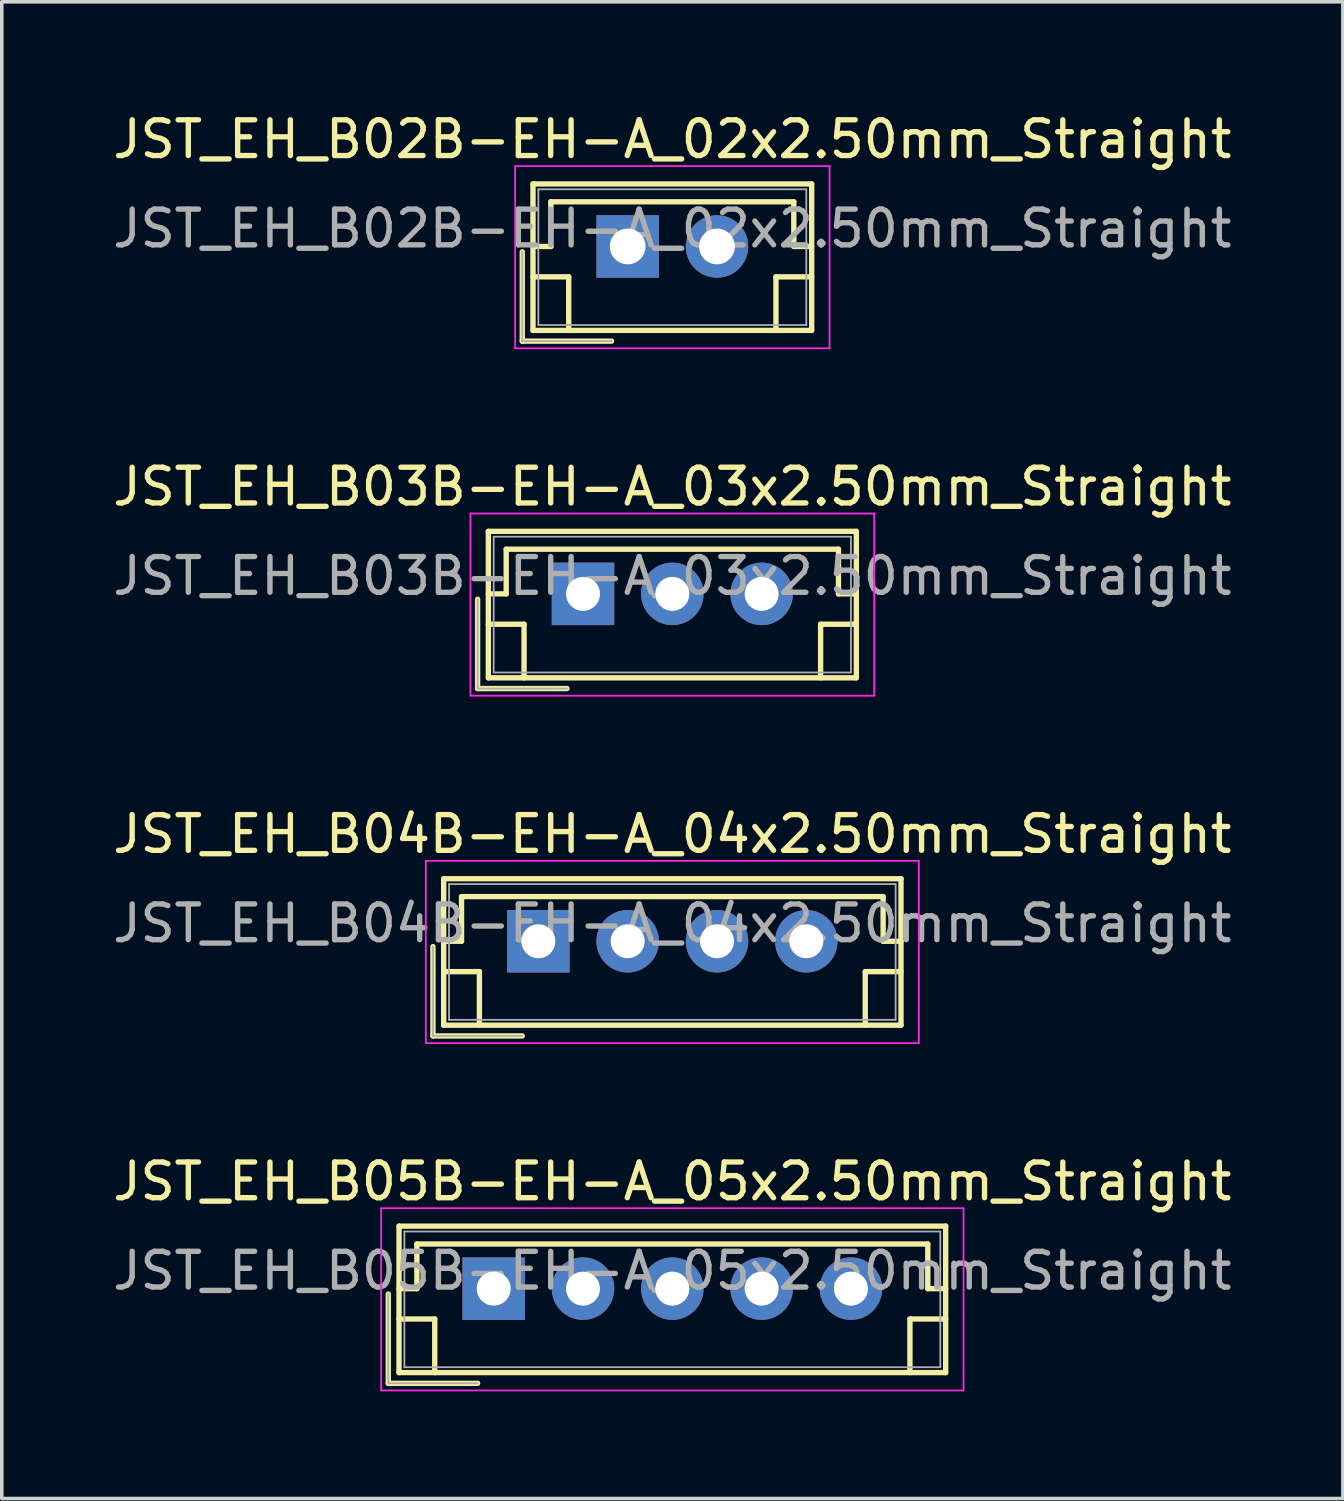
<source format=kicad_pcb>
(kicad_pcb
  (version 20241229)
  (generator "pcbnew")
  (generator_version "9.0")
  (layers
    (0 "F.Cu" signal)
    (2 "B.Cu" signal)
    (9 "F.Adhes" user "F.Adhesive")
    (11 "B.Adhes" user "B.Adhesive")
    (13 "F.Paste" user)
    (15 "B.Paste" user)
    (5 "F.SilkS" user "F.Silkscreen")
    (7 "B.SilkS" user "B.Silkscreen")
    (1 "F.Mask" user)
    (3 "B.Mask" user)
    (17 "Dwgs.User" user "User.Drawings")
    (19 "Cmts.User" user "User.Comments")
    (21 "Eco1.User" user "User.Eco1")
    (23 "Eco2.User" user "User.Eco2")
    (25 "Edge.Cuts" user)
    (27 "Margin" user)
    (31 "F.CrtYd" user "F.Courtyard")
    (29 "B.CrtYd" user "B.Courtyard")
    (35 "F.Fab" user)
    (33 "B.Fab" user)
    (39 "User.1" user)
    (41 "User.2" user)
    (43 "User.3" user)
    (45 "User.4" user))
  (footprint "JST_EH_B03B-EH-A_03x2.50mm_Straight"
    (layer "F.Cu")
    (at 13.268 13.572)
    (property "Reference" "JST_EH_B03B-EH-A_03x2.50mm_Straight" (at 2.5 -0.5 0) (layer "F.Fab") (effects (font (size 1 1) (thickness 0.15))))
    (attr through_hole)
    (fp_line (start -2.95 0.15) (end -2.95 2.65) (stroke (width 0.15) (type solid)) (layer "F.SilkS"))
    (fp_line (start -2.95 2.65) (end -0.45 2.65) (stroke (width 0.15) (type solid)) (layer "F.SilkS"))
    (fp_line (start -2.65 -1.75) (end -2.65 2.35) (stroke (width 0.15) (type solid)) (layer "F.SilkS"))
    (fp_line (start -2.65 0) (end -2.15 0) (stroke (width 0.15) (type solid)) (layer "F.SilkS"))
    (fp_line (start -2.65 0.85) (end -1.65 0.85) (stroke (width 0.15) (type solid)) (layer "F.SilkS"))
    (fp_line (start -2.65 2.35) (end 7.65 2.35) (stroke (width 0.15) (type solid)) (layer "F.SilkS"))
    (fp_line (start -2.15 -1.25) (end 7.15 -1.25) (stroke (width 0.15) (type solid)) (layer "F.SilkS"))
    (fp_line (start -2.15 0) (end -2.15 -1.25) (stroke (width 0.15) (type solid)) (layer "F.SilkS"))
    (fp_line (start -1.65 0.85) (end -1.65 2.35) (stroke (width 0.15) (type solid)) (layer "F.SilkS"))
    (fp_line (start 6.65 0.85) (end 6.65 2.35) (stroke (width 0.15) (type solid)) (layer "F.SilkS"))
    (fp_line (start 7.15 -1.25) (end 7.15 0) (stroke (width 0.15) (type solid)) (layer "F.SilkS"))
    (fp_line (start 7.15 0) (end 7.65 0) (stroke (width 0.15) (type solid)) (layer "F.SilkS"))
    (fp_line (start 7.65 -1.75) (end -2.65 -1.75) (stroke (width 0.15) (type solid)) (layer "F.SilkS"))
    (fp_line (start 7.65 0.85) (end 6.65 0.85) (stroke (width 0.15) (type solid)) (layer "F.SilkS"))
    (fp_line (start 7.65 2.35) (end 7.65 -1.75) (stroke (width 0.15) (type solid)) (layer "F.SilkS"))
    (fp_line (start -3.15 -2.25) (end -3.15 2.85) (stroke (width 0.05) (type solid)) (layer "F.CrtYd"))
    (fp_line (start -3.15 2.85) (end 8.15 2.85) (stroke (width 0.05) (type solid)) (layer "F.CrtYd"))
    (fp_line (start 8.15 -2.25) (end -3.15 -2.25) (stroke (width 0.05) (type solid)) (layer "F.CrtYd"))
    (fp_line (start 8.15 2.85) (end 8.15 -2.25) (stroke (width 0.05) (type solid)) (layer "F.CrtYd"))
    (fp_line (start -2.95 0.15) (end -2.95 2.65) (stroke (width 0.05) (type solid)) (layer "F.Fab"))
    (fp_line (start -2.95 2.65) (end -0.45 2.65) (stroke (width 0.05) (type solid)) (layer "F.Fab"))
    (fp_line (start -2.5 -1.6) (end -2.5 2.2) (stroke (width 0.05) (type solid)) (layer "F.Fab"))
    (fp_line (start -2.5 2.2) (end 7.5 2.2) (stroke (width 0.05) (type solid)) (layer "F.Fab"))
    (fp_line (start 7.5 -1.6) (end -2.5 -1.6) (stroke (width 0.05) (type solid)) (layer "F.Fab"))
    (fp_line (start 7.5 2.2) (end 7.5 -1.6) (stroke (width 0.05) (type solid)) (layer "F.Fab"))
    (fp_text user "${REFERENCE}" (at 2.5 -3 0) (layer "F.SilkS") (effects (font (size 1 1) (thickness 0.15))))
    (pad "1" thru_hole rect (at 0 0) (size 1.75 1.75) (drill 0.95) (layers "*.Cu" "*.Mask"))
    (pad "2" thru_hole circle (at 2.5 0) (size 1.75 1.75) (drill 0.95) (layers "*.Cu" "*.Mask"))
    (pad "3" thru_hole circle (at 5 0) (size 1.75 1.75) (drill 0.95) (layers "*.Cu" "*.Mask")))
  (footprint "JST_EH_B05B-EH-A_05x2.50mm_Straight"
    (layer "F.Cu")
    (at 10.768 33.018)
    (property "Reference" "JST_EH_B05B-EH-A_05x2.50mm_Straight" (at 5 -0.5 0) (layer "F.Fab") (effects (font (size 1 1) (thickness 0.15))))
    (attr through_hole)
    (fp_line (start -2.95 0.15) (end -2.95 2.65) (stroke (width 0.15) (type solid)) (layer "F.SilkS"))
    (fp_line (start -2.95 2.65) (end -0.45 2.65) (stroke (width 0.15) (type solid)) (layer "F.SilkS"))
    (fp_line (start -2.65 -1.75) (end -2.65 2.35) (stroke (width 0.15) (type solid)) (layer "F.SilkS"))
    (fp_line (start -2.65 0) (end -2.15 0) (stroke (width 0.15) (type solid)) (layer "F.SilkS"))
    (fp_line (start -2.65 0.85) (end -1.65 0.85) (stroke (width 0.15) (type solid)) (layer "F.SilkS"))
    (fp_line (start -2.65 2.35) (end 12.65 2.35) (stroke (width 0.15) (type solid)) (layer "F.SilkS"))
    (fp_line (start -2.15 -1.25) (end 12.15 -1.25) (stroke (width 0.15) (type solid)) (layer "F.SilkS"))
    (fp_line (start -2.15 0) (end -2.15 -1.25) (stroke (width 0.15) (type solid)) (layer "F.SilkS"))
    (fp_line (start -1.65 0.85) (end -1.65 2.35) (stroke (width 0.15) (type solid)) (layer "F.SilkS"))
    (fp_line (start 11.65 0.85) (end 11.65 2.35) (stroke (width 0.15) (type solid)) (layer "F.SilkS"))
    (fp_line (start 12.15 -1.25) (end 12.15 0) (stroke (width 0.15) (type solid)) (layer "F.SilkS"))
    (fp_line (start 12.15 0) (end 12.65 0) (stroke (width 0.15) (type solid)) (layer "F.SilkS"))
    (fp_line (start 12.65 -1.75) (end -2.65 -1.75) (stroke (width 0.15) (type solid)) (layer "F.SilkS"))
    (fp_line (start 12.65 0.85) (end 11.65 0.85) (stroke (width 0.15) (type solid)) (layer "F.SilkS"))
    (fp_line (start 12.65 2.35) (end 12.65 -1.75) (stroke (width 0.15) (type solid)) (layer "F.SilkS"))
    (fp_line (start -3.15 -2.25) (end -3.15 2.85) (stroke (width 0.05) (type solid)) (layer "F.CrtYd"))
    (fp_line (start -3.15 2.85) (end 13.15 2.85) (stroke (width 0.05) (type solid)) (layer "F.CrtYd"))
    (fp_line (start 13.15 -2.25) (end -3.15 -2.25) (stroke (width 0.05) (type solid)) (layer "F.CrtYd"))
    (fp_line (start 13.15 2.85) (end 13.15 -2.25) (stroke (width 0.05) (type solid)) (layer "F.CrtYd"))
    (fp_line (start -2.95 0.15) (end -2.95 2.65) (stroke (width 0.05) (type solid)) (layer "F.Fab"))
    (fp_line (start -2.95 2.65) (end -0.45 2.65) (stroke (width 0.05) (type solid)) (layer "F.Fab"))
    (fp_line (start -2.5 -1.6) (end -2.5 2.2) (stroke (width 0.05) (type solid)) (layer "F.Fab"))
    (fp_line (start -2.5 2.2) (end 12.5 2.2) (stroke (width 0.05) (type solid)) (layer "F.Fab"))
    (fp_line (start 12.5 -1.6) (end -2.5 -1.6) (stroke (width 0.05) (type solid)) (layer "F.Fab"))
    (fp_line (start 12.5 2.2) (end 12.5 -1.6) (stroke (width 0.05) (type solid)) (layer "F.Fab"))
    (fp_text user "${REFERENCE}" (at 5 -3 0) (layer "F.SilkS") (effects (font (size 1 1) (thickness 0.15))))
    (pad "1" thru_hole rect (at 0 0) (size 1.75 1.75) (drill 0.95) (layers "*.Cu" "*.Mask"))
    (pad "2" thru_hole circle (at 2.5 0) (size 1.75 1.75) (drill 0.95) (layers "*.Cu" "*.Mask"))
    (pad "3" thru_hole circle (at 5 0) (size 1.75 1.75) (drill 0.95) (layers "*.Cu" "*.Mask"))
    (pad "4" thru_hole circle (at 7.5 0) (size 1.75 1.75) (drill 0.95) (layers "*.Cu" "*.Mask"))
    (pad "5" thru_hole circle (at 10 0) (size 1.75 1.75) (drill 0.95) (layers "*.Cu" "*.Mask")))
  (footprint "JST_EH_B04B-EH-A_04x2.50mm_Straight"
    (layer "F.Cu")
    (at 12.018 23.295)
    (property "Reference" "JST_EH_B04B-EH-A_04x2.50mm_Straight" (at 3.75 -0.5 0) (layer "F.Fab") (effects (font (size 1 1) (thickness 0.15))))
    (attr through_hole)
    (fp_line (start -2.95 0.15) (end -2.95 2.65) (stroke (width 0.15) (type solid)) (layer "F.SilkS"))
    (fp_line (start -2.95 2.65) (end -0.45 2.65) (stroke (width 0.15) (type solid)) (layer "F.SilkS"))
    (fp_line (start -2.65 -1.75) (end -2.65 2.35) (stroke (width 0.15) (type solid)) (layer "F.SilkS"))
    (fp_line (start -2.65 0) (end -2.15 0) (stroke (width 0.15) (type solid)) (layer "F.SilkS"))
    (fp_line (start -2.65 0.85) (end -1.65 0.85) (stroke (width 0.15) (type solid)) (layer "F.SilkS"))
    (fp_line (start -2.65 2.35) (end 10.15 2.35) (stroke (width 0.15) (type solid)) (layer "F.SilkS"))
    (fp_line (start -2.15 -1.25) (end 9.65 -1.25) (stroke (width 0.15) (type solid)) (layer "F.SilkS"))
    (fp_line (start -2.15 0) (end -2.15 -1.25) (stroke (width 0.15) (type solid)) (layer "F.SilkS"))
    (fp_line (start -1.65 0.85) (end -1.65 2.35) (stroke (width 0.15) (type solid)) (layer "F.SilkS"))
    (fp_line (start 9.15 0.85) (end 9.15 2.35) (stroke (width 0.15) (type solid)) (layer "F.SilkS"))
    (fp_line (start 9.65 -1.25) (end 9.65 0) (stroke (width 0.15) (type solid)) (layer "F.SilkS"))
    (fp_line (start 9.65 0) (end 10.15 0) (stroke (width 0.15) (type solid)) (layer "F.SilkS"))
    (fp_line (start 10.15 -1.75) (end -2.65 -1.75) (stroke (width 0.15) (type solid)) (layer "F.SilkS"))
    (fp_line (start 10.15 0.85) (end 9.15 0.85) (stroke (width 0.15) (type solid)) (layer "F.SilkS"))
    (fp_line (start 10.15 2.35) (end 10.15 -1.75) (stroke (width 0.15) (type solid)) (layer "F.SilkS"))
    (fp_line (start -3.15 -2.25) (end -3.15 2.85) (stroke (width 0.05) (type solid)) (layer "F.CrtYd"))
    (fp_line (start -3.15 2.85) (end 10.65 2.85) (stroke (width 0.05) (type solid)) (layer "F.CrtYd"))
    (fp_line (start 10.65 -2.25) (end -3.15 -2.25) (stroke (width 0.05) (type solid)) (layer "F.CrtYd"))
    (fp_line (start 10.65 2.85) (end 10.65 -2.25) (stroke (width 0.05) (type solid)) (layer "F.CrtYd"))
    (fp_line (start -2.95 0.15) (end -2.95 2.65) (stroke (width 0.05) (type solid)) (layer "F.Fab"))
    (fp_line (start -2.95 2.65) (end -0.45 2.65) (stroke (width 0.05) (type solid)) (layer "F.Fab"))
    (fp_line (start -2.5 -1.6) (end -2.5 2.2) (stroke (width 0.05) (type solid)) (layer "F.Fab"))
    (fp_line (start -2.5 2.2) (end 10 2.2) (stroke (width 0.05) (type solid)) (layer "F.Fab"))
    (fp_line (start 10 -1.6) (end -2.5 -1.6) (stroke (width 0.05) (type solid)) (layer "F.Fab"))
    (fp_line (start 10 2.2) (end 10 -1.6) (stroke (width 0.05) (type solid)) (layer "F.Fab"))
    (fp_text user "${REFERENCE}" (at 3.75 -3 0) (layer "F.SilkS") (effects (font (size 1 1) (thickness 0.15))))
    (pad "1" thru_hole rect (at 0 0) (size 1.75 1.75) (drill 0.95) (layers "*.Cu" "*.Mask"))
    (pad "2" thru_hole circle (at 2.5 0) (size 1.75 1.75) (drill 0.95) (layers "*.Cu" "*.Mask"))
    (pad "3" thru_hole circle (at 5 0) (size 1.75 1.75) (drill 0.95) (layers "*.Cu" "*.Mask"))
    (pad "4" thru_hole circle (at 7.5 0) (size 1.75 1.75) (drill 0.95) (layers "*.Cu" "*.Mask")))
  (footprint "JST_EH_B02B-EH-A_02x2.50mm_Straight"
    (layer "F.Cu")
    (at 14.518 3.848)
    (property "Reference" "JST_EH_B02B-EH-A_02x2.50mm_Straight" (at 1.25 -0.5 0) (layer "F.Fab") (effects (font (size 1 1) (thickness 0.15))))
    (attr through_hole)
    (fp_line (start -2.95 0.15) (end -2.95 2.65) (stroke (width 0.15) (type solid)) (layer "F.SilkS"))
    (fp_line (start -2.95 2.65) (end -0.45 2.65) (stroke (width 0.15) (type solid)) (layer "F.SilkS"))
    (fp_line (start -2.65 -1.75) (end -2.65 2.35) (stroke (width 0.15) (type solid)) (layer "F.SilkS"))
    (fp_line (start -2.65 0) (end -2.15 0) (stroke (width 0.15) (type solid)) (layer "F.SilkS"))
    (fp_line (start -2.65 0.85) (end -1.65 0.85) (stroke (width 0.15) (type solid)) (layer "F.SilkS"))
    (fp_line (start -2.65 2.35) (end 5.15 2.35) (stroke (width 0.15) (type solid)) (layer "F.SilkS"))
    (fp_line (start -2.15 -1.25) (end 4.65 -1.25) (stroke (width 0.15) (type solid)) (layer "F.SilkS"))
    (fp_line (start -2.15 0) (end -2.15 -1.25) (stroke (width 0.15) (type solid)) (layer "F.SilkS"))
    (fp_line (start -1.65 0.85) (end -1.65 2.35) (stroke (width 0.15) (type solid)) (layer "F.SilkS"))
    (fp_line (start 4.15 0.85) (end 4.15 2.35) (stroke (width 0.15) (type solid)) (layer "F.SilkS"))
    (fp_line (start 4.65 -1.25) (end 4.65 0) (stroke (width 0.15) (type solid)) (layer "F.SilkS"))
    (fp_line (start 4.65 0) (end 5.15 0) (stroke (width 0.15) (type solid)) (layer "F.SilkS"))
    (fp_line (start 5.15 -1.75) (end -2.65 -1.75) (stroke (width 0.15) (type solid)) (layer "F.SilkS"))
    (fp_line (start 5.15 0.85) (end 4.15 0.85) (stroke (width 0.15) (type solid)) (layer "F.SilkS"))
    (fp_line (start 5.15 2.35) (end 5.15 -1.75) (stroke (width 0.15) (type solid)) (layer "F.SilkS"))
    (fp_line (start -3.15 -2.25) (end -3.15 2.85) (stroke (width 0.05) (type solid)) (layer "F.CrtYd"))
    (fp_line (start -3.15 2.85) (end 5.65 2.85) (stroke (width 0.05) (type solid)) (layer "F.CrtYd"))
    (fp_line (start 5.65 -2.25) (end -3.15 -2.25) (stroke (width 0.05) (type solid)) (layer "F.CrtYd"))
    (fp_line (start 5.65 2.85) (end 5.65 -2.25) (stroke (width 0.05) (type solid)) (layer "F.CrtYd"))
    (fp_line (start -2.95 0.15) (end -2.95 2.65) (stroke (width 0.05) (type solid)) (layer "F.Fab"))
    (fp_line (start -2.95 2.65) (end -0.45 2.65) (stroke (width 0.05) (type solid)) (layer "F.Fab"))
    (fp_line (start -2.5 -1.6) (end -2.5 2.2) (stroke (width 0.05) (type solid)) (layer "F.Fab"))
    (fp_line (start -2.5 2.2) (end 5 2.2) (stroke (width 0.05) (type solid)) (layer "F.Fab"))
    (fp_line (start 5 -1.6) (end -2.5 -1.6) (stroke (width 0.05) (type solid)) (layer "F.Fab"))
    (fp_line (start 5 2.2) (end 5 -1.6) (stroke (width 0.05) (type solid)) (layer "F.Fab"))
    (fp_text user "${REFERENCE}" (at 1.25 -3 0) (layer "F.SilkS") (effects (font (size 1 1) (thickness 0.15))))
    (pad "1" thru_hole rect (at 0 0) (size 1.75 1.75) (drill 1) (layers "*.Cu" "*.Mask"))
    (pad "2" thru_hole circle (at 2.5 0) (size 1.75 1.75) (drill 1) (layers "*.Cu" "*.Mask")))
  (gr_rect
    (start -3 -3)
    (end 34.536 38.893)
    (stroke (width 0.1) (type default))
    (fill no)
    (layer "Edge.Cuts")))
</source>
